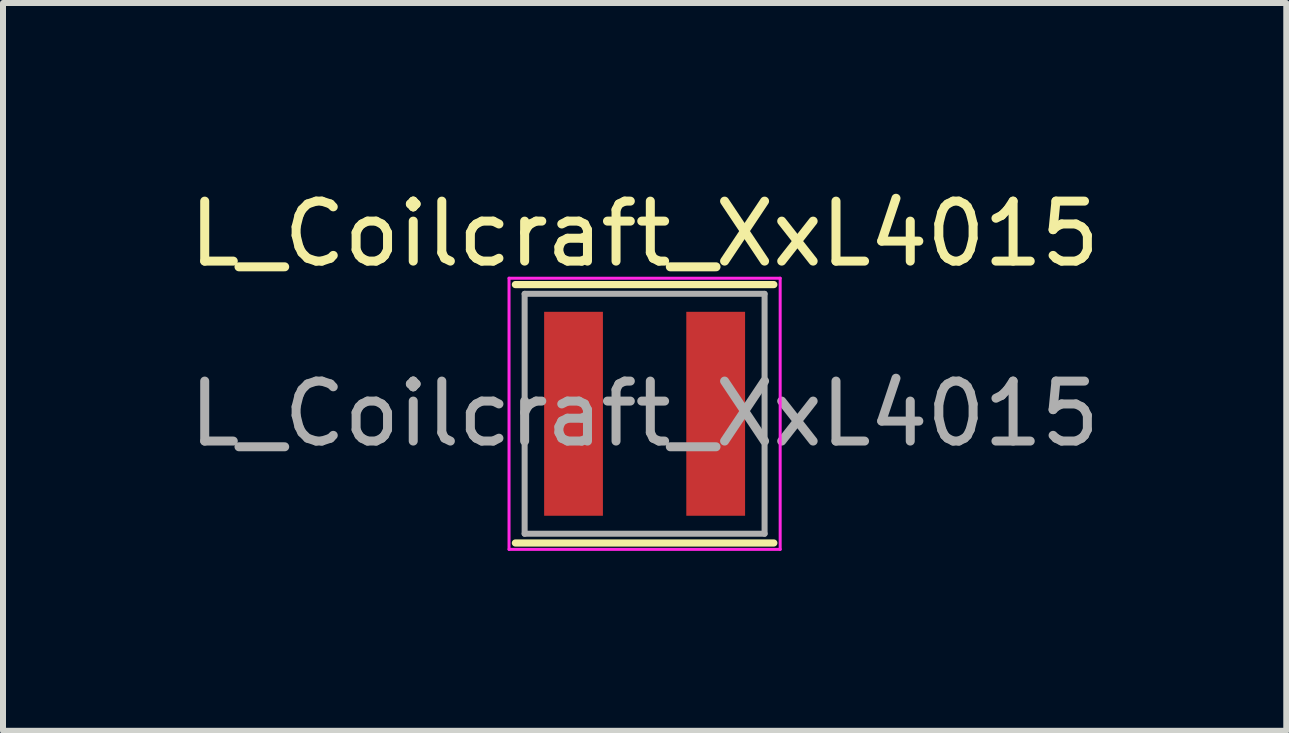
<source format=kicad_pcb>
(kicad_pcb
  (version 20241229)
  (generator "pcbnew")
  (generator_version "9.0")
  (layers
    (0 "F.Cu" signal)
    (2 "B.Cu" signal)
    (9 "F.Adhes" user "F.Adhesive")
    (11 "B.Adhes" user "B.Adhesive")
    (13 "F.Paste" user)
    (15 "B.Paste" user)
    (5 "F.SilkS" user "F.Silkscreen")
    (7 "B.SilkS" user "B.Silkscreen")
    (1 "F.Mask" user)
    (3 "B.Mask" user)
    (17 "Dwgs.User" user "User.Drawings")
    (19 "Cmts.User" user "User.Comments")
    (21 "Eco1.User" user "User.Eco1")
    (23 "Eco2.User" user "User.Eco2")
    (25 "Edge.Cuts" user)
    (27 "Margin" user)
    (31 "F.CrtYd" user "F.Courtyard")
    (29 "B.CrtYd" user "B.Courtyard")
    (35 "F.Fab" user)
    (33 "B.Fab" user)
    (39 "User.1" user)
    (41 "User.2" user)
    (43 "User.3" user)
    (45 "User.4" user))
  (footprint "L_Coilcraft_XxL4015"
    (layer "F.Cu")
    (at 7.696 3.848)
    (property "Reference" "L_Coilcraft_XxL4015" (at 0 -3 0) (layer "F.SilkS") (effects (font (size 1 1) (thickness 0.15))))
    (attr smd)
    (fp_line (start -2.154 -2.154) (end 2.154 -2.154) (stroke (width 0.12) (type solid)) (layer "F.SilkS"))
    (fp_line (start 2.154 2.154) (end -2.154 2.154) (stroke (width 0.12) (type solid)) (layer "F.SilkS"))
    (fp_line (start -2.26 -2.26) (end 2.26 -2.26) (stroke (width 0.05) (type solid)) (layer "F.CrtYd"))
    (fp_line (start -2.26 2.26) (end -2.26 -2.26) (stroke (width 0.05) (type solid)) (layer "F.CrtYd"))
    (fp_line (start 2.26 -2.26) (end 2.26 2.26) (stroke (width 0.05) (type solid)) (layer "F.CrtYd"))
    (fp_line (start 2.26 2.26) (end -2.26 2.26) (stroke (width 0.05) (type solid)) (layer "F.CrtYd"))
    (fp_line (start -2 -2) (end 2 -2) (stroke (width 0.1) (type solid)) (layer "F.Fab"))
    (fp_line (start -2 2) (end -2 -2) (stroke (width 0.1) (type solid)) (layer "F.Fab"))
    (fp_line (start 2 -2) (end 2 2) (stroke (width 0.1) (type solid)) (layer "F.Fab"))
    (fp_line (start 2 2) (end -2 2) (stroke (width 0.1) (type solid)) (layer "F.Fab"))
    (fp_text user "${REFERENCE}" (at 0 0 0) (layer "F.Fab") (effects (font (size 1 1) (thickness 0.15))))
    (pad "1" smd rect (at -1.185 0) (size 0.98 3.4) (layers "F.Cu" "F.Mask" "F.Paste"))
    (pad "2" smd rect (at 1.185 0) (size 0.98 3.4) (layers "F.Cu" "F.Mask" "F.Paste")))
  (gr_rect
    (start -3 -3)
    (end 18.393 9.133)
    (stroke (width 0.1) (type default))
    (fill no)
    (layer "Edge.Cuts")))
</source>
